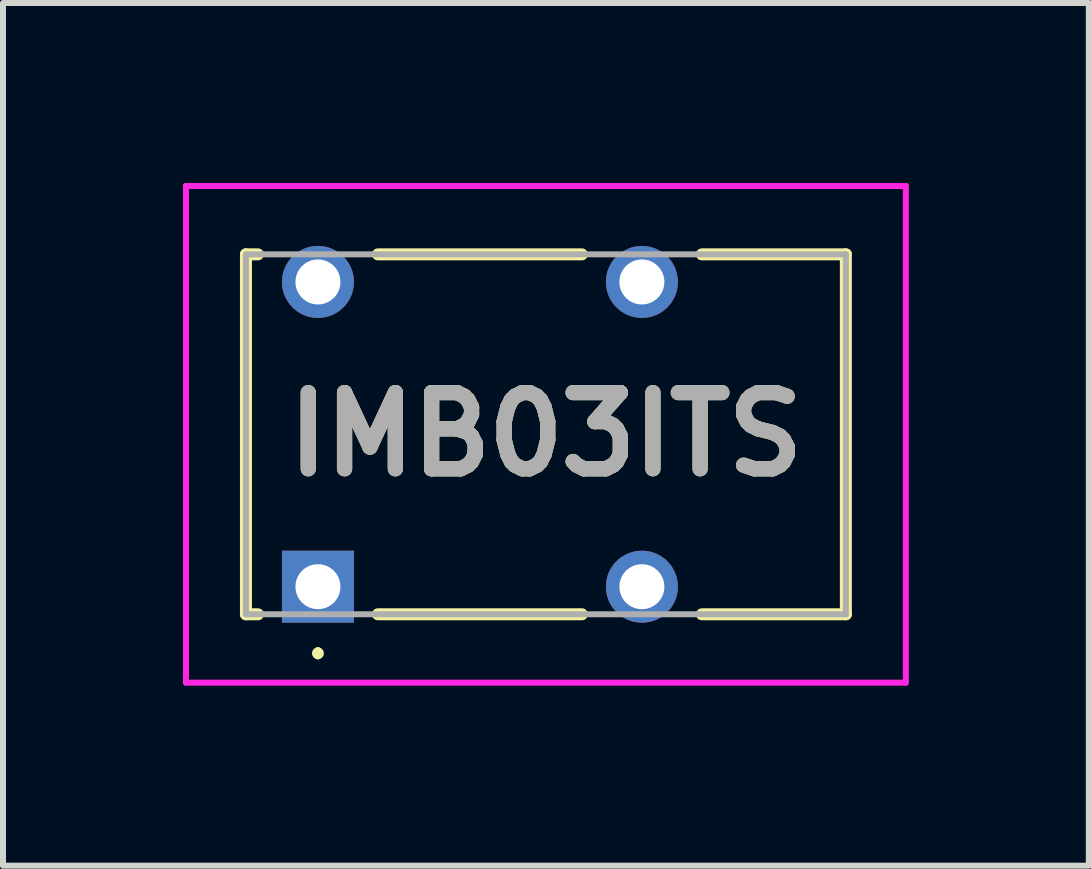
<source format=kicad_pcb>
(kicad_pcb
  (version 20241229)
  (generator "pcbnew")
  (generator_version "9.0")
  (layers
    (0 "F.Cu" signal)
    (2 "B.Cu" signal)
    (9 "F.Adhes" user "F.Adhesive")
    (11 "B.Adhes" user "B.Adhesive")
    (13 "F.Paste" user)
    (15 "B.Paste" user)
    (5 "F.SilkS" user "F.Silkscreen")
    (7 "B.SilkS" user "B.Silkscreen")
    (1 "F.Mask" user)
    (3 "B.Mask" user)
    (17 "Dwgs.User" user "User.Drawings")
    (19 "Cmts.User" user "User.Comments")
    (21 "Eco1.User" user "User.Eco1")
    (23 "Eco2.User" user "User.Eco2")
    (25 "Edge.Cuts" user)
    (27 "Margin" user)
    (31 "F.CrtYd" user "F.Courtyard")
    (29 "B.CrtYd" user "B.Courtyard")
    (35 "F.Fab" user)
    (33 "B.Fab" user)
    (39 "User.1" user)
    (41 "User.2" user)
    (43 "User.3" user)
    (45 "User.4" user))
  (footprint "IMB03ITS"
    (layer "F.Cu")
    (at 2.25 6.73)
    (property "Reference" "IMB03ITS" (at 3.8 -2.54 0) (layer "F.SilkS") (effects (font (size 1.27 1.27) (thickness 0.254))))
    (attr through_hole)
    (fp_line (start -1.2 -5.54) (end -1.2 0.46) (stroke (width 0.2) (type solid)) (layer "F.SilkS"))
    (fp_line (start -1.2 0.46) (end -1 0.46) (stroke (width 0.2) (type solid)) (layer "F.SilkS"))
    (fp_line (start -1 -5.54) (end -1.2 -5.54) (stroke (width 0.2) (type solid)) (layer "F.SilkS"))
    (fp_line (start 0 1.06) (end 0 1.06) (stroke (width 0.1) (type solid)) (layer "F.SilkS"))
    (fp_line (start 0 1.16) (end 0 1.16) (stroke (width 0.1) (type solid)) (layer "F.SilkS"))
    (fp_line (start 1 -5.54) (end 4.4 -5.54) (stroke (width 0.2) (type solid)) (layer "F.SilkS"))
    (fp_line (start 1 0.46) (end 4.4 0.46) (stroke (width 0.2) (type solid)) (layer "F.SilkS"))
    (fp_line (start 6.4 0.46) (end 8.8 0.46) (stroke (width 0.2) (type solid)) (layer "F.SilkS"))
    (fp_line (start 8.8 -5.54) (end 6.4 -5.54) (stroke (width 0.2) (type solid)) (layer "F.SilkS"))
    (fp_line (start 8.8 0.46) (end 8.8 -5.54) (stroke (width 0.2) (type solid)) (layer "F.SilkS"))
    (fp_arc (start 0 1.06) (mid 0.05 1.11) (end 0 1.16) (stroke (width 0.1) (type solid)) (layer "F.SilkS"))
    (fp_arc (start 0 1.16) (mid -0.05 1.11) (end 0 1.06) (stroke (width 0.1) (type solid)) (layer "F.SilkS"))
    (fp_line (start -2.2 -6.68) (end 9.8 -6.68) (stroke (width 0.1) (type solid)) (layer "F.CrtYd"))
    (fp_line (start -2.2 1.6) (end -2.2 -6.68) (stroke (width 0.1) (type solid)) (layer "F.CrtYd"))
    (fp_line (start 9.8 -6.68) (end 9.8 1.6) (stroke (width 0.1) (type solid)) (layer "F.CrtYd"))
    (fp_line (start 9.8 1.6) (end -2.2 1.6) (stroke (width 0.1) (type solid)) (layer "F.CrtYd"))
    (fp_line (start -1.2 -5.54) (end 8.8 -5.54) (stroke (width 0.1) (type solid)) (layer "F.Fab"))
    (fp_line (start -1.2 0.46) (end -1.2 -5.54) (stroke (width 0.1) (type solid)) (layer "F.Fab"))
    (fp_line (start 8.8 -5.54) (end 8.8 0.46) (stroke (width 0.1) (type solid)) (layer "F.Fab"))
    (fp_line (start 8.8 0.46) (end -1.2 0.46) (stroke (width 0.1) (type solid)) (layer "F.Fab"))
    (fp_text user "${REFERENCE}" (at 3.8 -2.54 0) (layer "F.Fab") (effects (font (size 1.27 1.27) (thickness 0.254))))
    (pad "1" thru_hole rect (at 0 0) (size 1.2 1.2) (drill 0.75) (layers "*.Cu" "*.Mask"))
    (pad "3" thru_hole circle (at 5.4 0) (size 1.2 1.2) (drill 0.75) (layers "*.Cu" "*.Mask"))
    (pad "6" thru_hole circle (at 5.4 -5.08) (size 1.2 1.2) (drill 0.75) (layers "*.Cu" "*.Mask"))
    (pad "8" thru_hole circle (at 0 -5.08) (size 1.2 1.2) (drill 0.75) (layers "*.Cu" "*.Mask")))
  (gr_rect
    (start -3 -3)
    (end 15.1 11.38)
    (stroke (width 0.1) (type default))
    (fill no)
    (layer "Edge.Cuts")))
</source>
